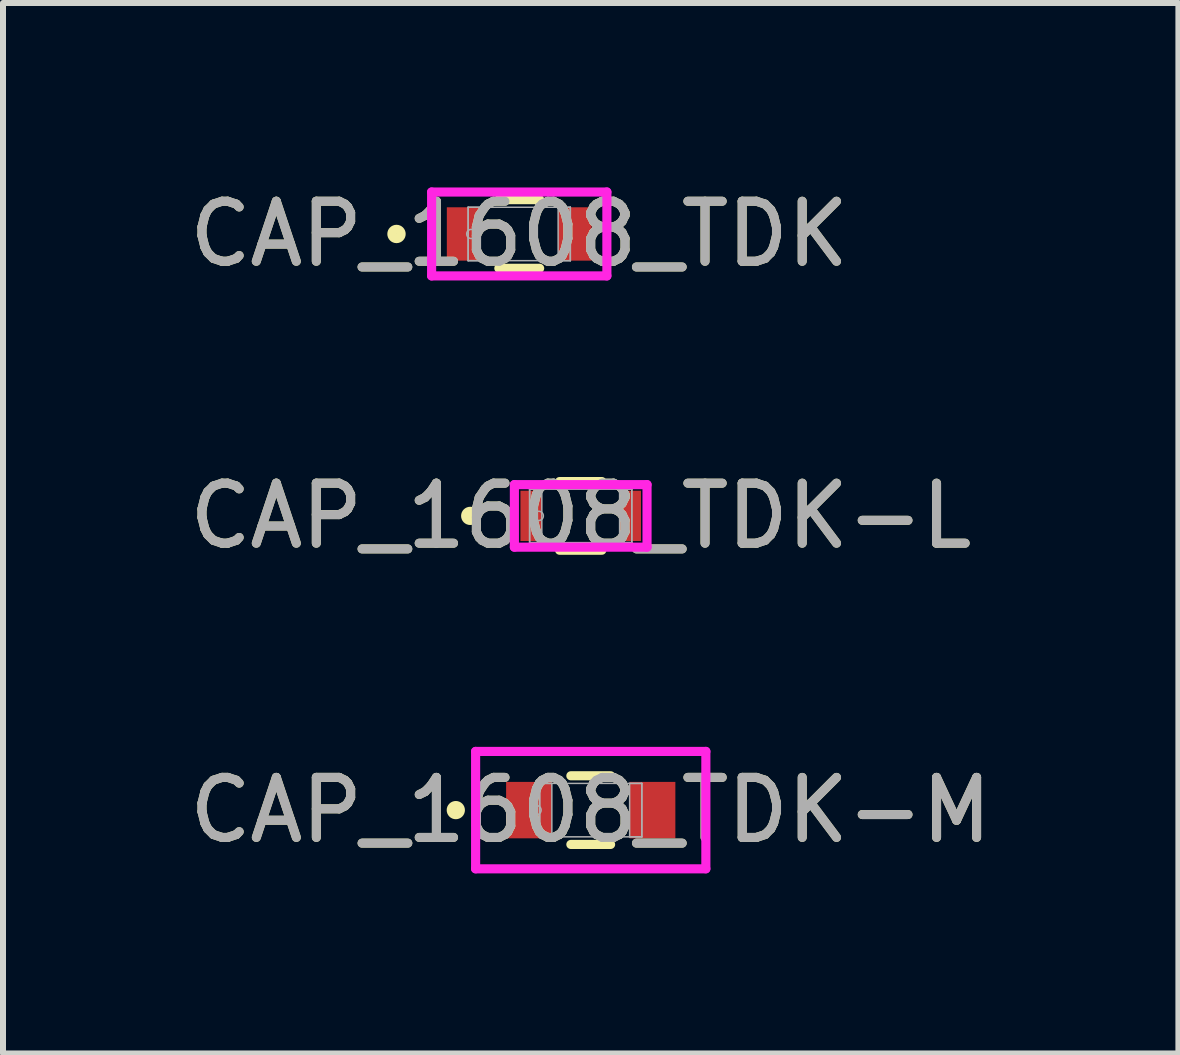
<source format=kicad_pcb>
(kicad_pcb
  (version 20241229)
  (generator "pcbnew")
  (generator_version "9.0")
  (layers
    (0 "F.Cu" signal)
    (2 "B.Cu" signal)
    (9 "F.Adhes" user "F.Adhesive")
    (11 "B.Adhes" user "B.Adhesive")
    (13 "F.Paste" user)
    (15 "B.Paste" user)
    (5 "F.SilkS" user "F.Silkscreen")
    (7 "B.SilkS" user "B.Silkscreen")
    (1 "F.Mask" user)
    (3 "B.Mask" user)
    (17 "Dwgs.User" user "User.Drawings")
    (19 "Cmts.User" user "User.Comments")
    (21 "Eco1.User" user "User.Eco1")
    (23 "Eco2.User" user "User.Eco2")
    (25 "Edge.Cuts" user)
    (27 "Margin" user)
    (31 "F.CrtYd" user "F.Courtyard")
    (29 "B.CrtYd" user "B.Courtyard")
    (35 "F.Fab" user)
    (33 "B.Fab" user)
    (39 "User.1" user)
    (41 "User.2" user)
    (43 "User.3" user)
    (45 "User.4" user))
  (footprint "CAP_1608_TDK-L"
    (layer "F.Cu")
    (at 6.625 5.545)
    (property "Reference" "CAP_1608_TDK-L" (at 0 0 0) (unlocked yes) (layer "F.SilkS") (effects (font (size 1 1) (thickness 0.15))))
    (attr smd)
    (fp_line (start -0.352 0.572) (end 0.352 0.572) (stroke (width 0.152) (type solid)) (layer "F.SilkS"))
    (fp_line (start 0.352 -0.572) (end -0.352 -0.572) (stroke (width 0.152) (type solid)) (layer "F.SilkS"))
    (fp_circle (center -1.841 0) (end -1.765 0) (stroke (width 0.152) (type solid)) (fill no) (layer "F.SilkS"))
    (fp_line (start -1.105 -0.521) (end 1.105 -0.521) (stroke (width 0.152) (type solid)) (layer "F.CrtYd"))
    (fp_line (start -1.105 0.521) (end -1.105 -0.521) (stroke (width 0.152) (type solid)) (layer "F.CrtYd"))
    (fp_line (start 1.105 -0.521) (end 1.105 0.521) (stroke (width 0.152) (type solid)) (layer "F.CrtYd"))
    (fp_line (start 1.105 0.521) (end -1.105 0.521) (stroke (width 0.152) (type solid)) (layer "F.CrtYd"))
    (fp_line (start -0.851 -0.445) (end -0.851 0.445) (stroke (width 0.025) (type solid)) (layer "F.Fab"))
    (fp_line (start -0.851 -0.445) (end -0.851 0.445) (stroke (width 0.025) (type solid)) (layer "F.Fab"))
    (fp_line (start -0.851 0.445) (end -0.648 0.445) (stroke (width 0.025) (type solid)) (layer "F.Fab"))
    (fp_line (start -0.851 0.445) (end 0.851 0.445) (stroke (width 0.025) (type solid)) (layer "F.Fab"))
    (fp_line (start -0.648 -0.445) (end -0.851 -0.445) (stroke (width 0.025) (type solid)) (layer "F.Fab"))
    (fp_line (start -0.648 0.445) (end -0.648 -0.445) (stroke (width 0.025) (type solid)) (layer "F.Fab"))
    (fp_line (start 0.648 -0.445) (end 0.648 0.445) (stroke (width 0.025) (type solid)) (layer "F.Fab"))
    (fp_line (start 0.648 0.445) (end 0.851 0.445) (stroke (width 0.025) (type solid)) (layer "F.Fab"))
    (fp_line (start 0.851 -0.445) (end -0.851 -0.445) (stroke (width 0.025) (type solid)) (layer "F.Fab"))
    (fp_line (start 0.851 -0.445) (end 0.648 -0.445) (stroke (width 0.025) (type solid)) (layer "F.Fab"))
    (fp_line (start 0.851 0.445) (end 0.851 -0.445) (stroke (width 0.025) (type solid)) (layer "F.Fab"))
    (fp_line (start 0.851 0.445) (end 0.851 -0.445) (stroke (width 0.025) (type solid)) (layer "F.Fab"))
    (fp_circle (center -0.699 0) (end -0.622 0) (stroke (width 0.025) (type solid)) (fill no) (layer "F.Fab"))
    (fp_text user "${REFERENCE}" (at 0 0 0) (unlocked yes) (layer "F.Fab") (effects (font (size 1 1) (thickness 0.15))))
    (pad "1" smd rect (at -0.826 0) (size 0.356 0.838) (layers "F.Cu" "F.Mask" "F.Paste"))
    (pad "2" smd rect (at 0.826 0) (size 0.356 0.838) (layers "F.Cu" "F.Mask" "F.Paste"))
    (zone (net_name "") (layer "F.Cu") (hatch full 0.508) (connect_pads) (min_thickness 0.254) (filled_areas_thickness no) (keepout (tracks not_allowed) (vias not_allowed) (pads allowed) (copperpour not_allowed) (footprints allowed)) (placement (enabled no)) (fill) (polygon (pts (xy 6.028 5.151) (xy 7.222 5.151) (xy 7.222 5.938) (xy 6.028 5.938)))))
  (footprint "CAP_1608_TDK-M"
    (layer "F.Cu")
    (at 6.792 10.447)
    (property "Reference" "CAP_1608_TDK-M" (at 0 0 0) (unlocked yes) (layer "F.SilkS") (effects (font (size 1 1) (thickness 0.15))))
    (attr smd)
    (fp_line (start -0.331 0.572) (end 0.331 0.572) (stroke (width 0.152) (type solid)) (layer "F.SilkS"))
    (fp_line (start 0.331 -0.572) (end -0.331 -0.572) (stroke (width 0.152) (type solid)) (layer "F.SilkS"))
    (fp_circle (center -2.248 0) (end -2.172 0) (stroke (width 0.152) (type solid)) (fill no) (layer "F.SilkS"))
    (fp_line (start -1.918 -0.978) (end 1.918 -0.978) (stroke (width 0.152) (type solid)) (layer "F.CrtYd"))
    (fp_line (start -1.918 0.978) (end -1.918 -0.978) (stroke (width 0.152) (type solid)) (layer "F.CrtYd"))
    (fp_line (start 1.918 -0.978) (end 1.918 0.978) (stroke (width 0.152) (type solid)) (layer "F.CrtYd"))
    (fp_line (start 1.918 0.978) (end -1.918 0.978) (stroke (width 0.152) (type solid)) (layer "F.CrtYd"))
    (fp_line (start -0.851 -0.445) (end -0.851 0.445) (stroke (width 0.025) (type solid)) (layer "F.Fab"))
    (fp_line (start -0.851 -0.445) (end -0.851 0.445) (stroke (width 0.025) (type solid)) (layer "F.Fab"))
    (fp_line (start -0.851 0.445) (end -0.648 0.445) (stroke (width 0.025) (type solid)) (layer "F.Fab"))
    (fp_line (start -0.851 0.445) (end 0.851 0.445) (stroke (width 0.025) (type solid)) (layer "F.Fab"))
    (fp_line (start -0.648 -0.445) (end -0.851 -0.445) (stroke (width 0.025) (type solid)) (layer "F.Fab"))
    (fp_line (start -0.648 0.445) (end -0.648 -0.445) (stroke (width 0.025) (type solid)) (layer "F.Fab"))
    (fp_line (start 0.648 -0.445) (end 0.648 0.445) (stroke (width 0.025) (type solid)) (layer "F.Fab"))
    (fp_line (start 0.648 0.445) (end 0.851 0.445) (stroke (width 0.025) (type solid)) (layer "F.Fab"))
    (fp_line (start 0.851 -0.445) (end -0.851 -0.445) (stroke (width 0.025) (type solid)) (layer "F.Fab"))
    (fp_line (start 0.851 -0.445) (end 0.648 -0.445) (stroke (width 0.025) (type solid)) (layer "F.Fab"))
    (fp_line (start 0.851 0.445) (end 0.851 -0.445) (stroke (width 0.025) (type solid)) (layer "F.Fab"))
    (fp_line (start 0.851 0.445) (end 0.851 -0.445) (stroke (width 0.025) (type solid)) (layer "F.Fab"))
    (fp_circle (center -0.902 0) (end -0.826 0) (stroke (width 0.025) (type solid)) (fill no) (layer "F.Fab"))
    (fp_text user "${REFERENCE}" (at 0 0 0) (unlocked yes) (layer "F.Fab") (effects (font (size 1 1) (thickness 0.15))))
    (pad "1" smd rect (at -1.029 0) (size 0.762 0.94) (layers "F.Cu" "F.Mask" "F.Paste"))
    (pad "2" smd rect (at 1.029 0) (size 0.762 0.94) (layers "F.Cu" "F.Mask" "F.Paste"))
    (zone (net_name "") (layer "F.Cu") (hatch full 0.508) (connect_pads) (min_thickness 0.254) (filled_areas_thickness no) (keepout (tracks not_allowed) (vias not_allowed) (pads allowed) (copperpour not_allowed) (footprints allowed)) (placement (enabled no)) (fill) (polygon (pts (xy 6.195 10.053) (xy 7.389 10.053) (xy 7.389 10.841) (xy 6.195 10.841)))))
  (footprint "CAP_1608_TDK"
    (layer "F.Cu")
    (at 5.601 0.848)
    (property "Reference" "CAP_1608_TDK" (at 0 0 0) (unlocked yes) (layer "F.SilkS") (effects (font (size 1 1) (thickness 0.15))))
    (attr smd)
    (fp_line (start -0.34 0.572) (end 0.34 0.572) (stroke (width 0.152) (type solid)) (layer "F.SilkS"))
    (fp_line (start 0.34 -0.572) (end -0.34 -0.572) (stroke (width 0.152) (type solid)) (layer "F.SilkS"))
    (fp_circle (center -2.045 0) (end -1.968 0) (stroke (width 0.152) (type solid)) (fill no) (layer "F.SilkS"))
    (fp_line (start -1.46 -0.699) (end 1.46 -0.699) (stroke (width 0.152) (type solid)) (layer "F.CrtYd"))
    (fp_line (start -1.46 0.699) (end -1.46 -0.699) (stroke (width 0.152) (type solid)) (layer "F.CrtYd"))
    (fp_line (start 1.46 -0.699) (end 1.46 0.699) (stroke (width 0.152) (type solid)) (layer "F.CrtYd"))
    (fp_line (start 1.46 0.699) (end -1.46 0.699) (stroke (width 0.152) (type solid)) (layer "F.CrtYd"))
    (fp_line (start -0.851 -0.445) (end -0.851 0.445) (stroke (width 0.025) (type solid)) (layer "F.Fab"))
    (fp_line (start -0.851 -0.445) (end -0.851 0.445) (stroke (width 0.025) (type solid)) (layer "F.Fab"))
    (fp_line (start -0.851 0.445) (end -0.648 0.445) (stroke (width 0.025) (type solid)) (layer "F.Fab"))
    (fp_line (start -0.851 0.445) (end 0.851 0.445) (stroke (width 0.025) (type solid)) (layer "F.Fab"))
    (fp_line (start -0.648 -0.445) (end -0.851 -0.445) (stroke (width 0.025) (type solid)) (layer "F.Fab"))
    (fp_line (start -0.648 0.445) (end -0.648 -0.445) (stroke (width 0.025) (type solid)) (layer "F.Fab"))
    (fp_line (start 0.648 -0.445) (end 0.648 0.445) (stroke (width 0.025) (type solid)) (layer "F.Fab"))
    (fp_line (start 0.648 0.445) (end 0.851 0.445) (stroke (width 0.025) (type solid)) (layer "F.Fab"))
    (fp_line (start 0.851 -0.445) (end -0.851 -0.445) (stroke (width 0.025) (type solid)) (layer "F.Fab"))
    (fp_line (start 0.851 -0.445) (end 0.648 -0.445) (stroke (width 0.025) (type solid)) (layer "F.Fab"))
    (fp_line (start 0.851 0.445) (end 0.851 -0.445) (stroke (width 0.025) (type solid)) (layer "F.Fab"))
    (fp_line (start 0.851 0.445) (end 0.851 -0.445) (stroke (width 0.025) (type solid)) (layer "F.Fab"))
    (fp_circle (center -0.8 0) (end -0.724 0) (stroke (width 0.025) (type solid)) (fill no) (layer "F.Fab"))
    (fp_text user "${REFERENCE}" (at 0 0 0) (unlocked yes) (layer "F.Fab") (effects (font (size 1 1) (thickness 0.15))))
    (pad "1" smd rect (at -0.927 0) (size 0.559 0.889) (layers "F.Cu" "F.Mask" "F.Paste"))
    (pad "2" smd rect (at 0.927 0) (size 0.559 0.889) (layers "F.Cu" "F.Mask" "F.Paste"))
    (zone (net_name "") (layer "F.Cu") (hatch full 0.508) (connect_pads) (min_thickness 0.254) (filled_areas_thickness no) (keepout (tracks not_allowed) (vias not_allowed) (pads allowed) (copperpour not_allowed) (footprints allowed)) (placement (enabled no)) (fill) (polygon (pts (xy 5.004 0.455) (xy 6.198 0.455) (xy 6.198 1.242) (xy 5.004 1.242)))))
  (gr_rect
    (start -3 -3)
    (end 16.583 14.501)
    (stroke (width 0.1) (type default))
    (fill no)
    (layer "Edge.Cuts")))
</source>
